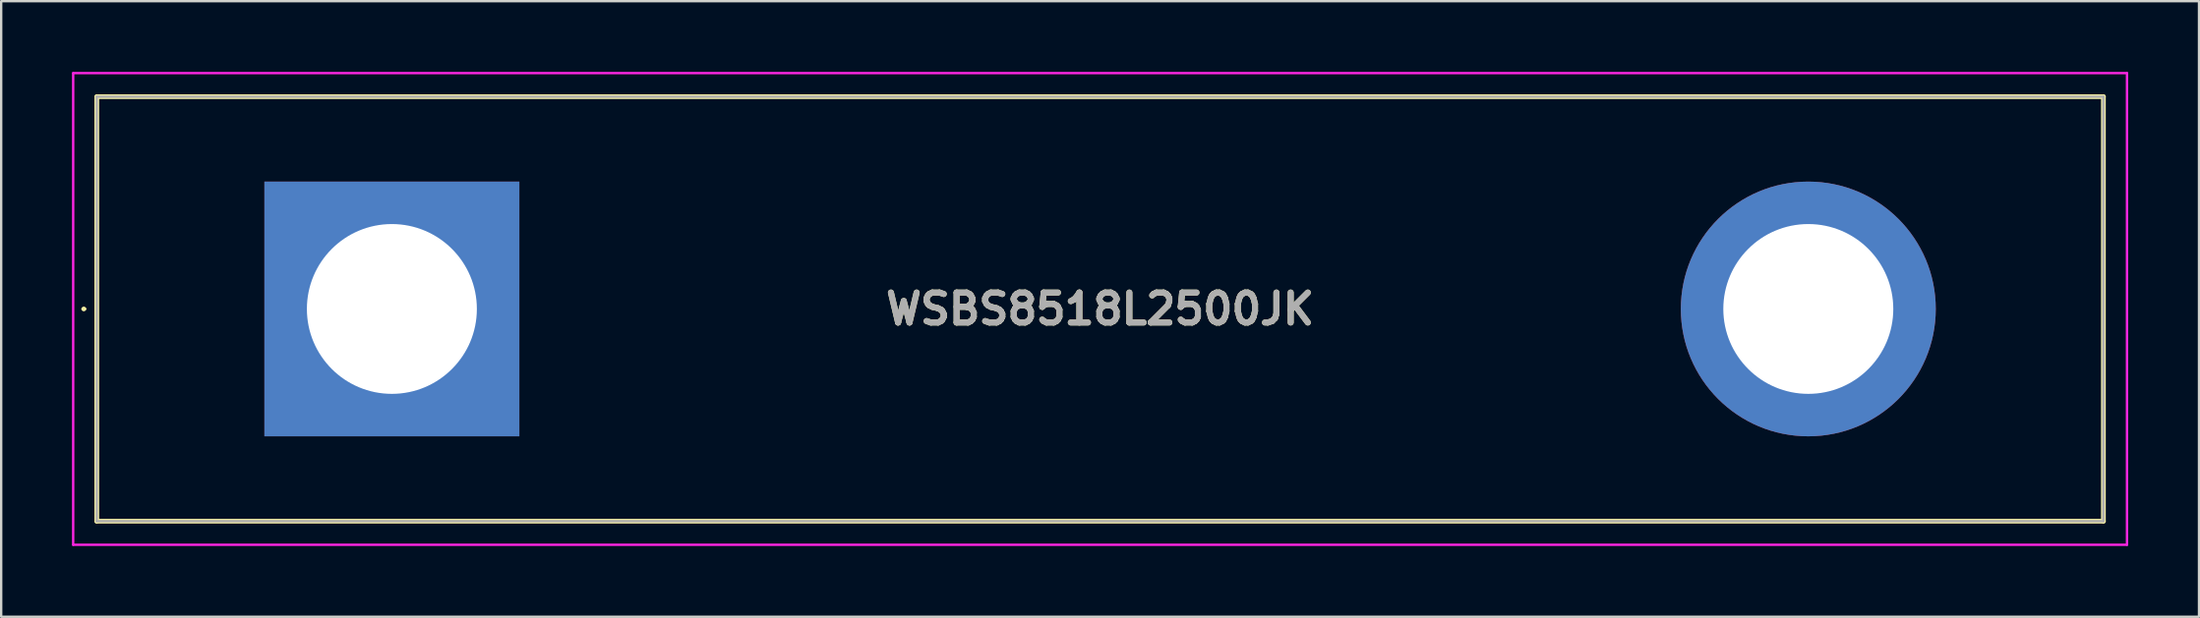
<source format=kicad_pcb>
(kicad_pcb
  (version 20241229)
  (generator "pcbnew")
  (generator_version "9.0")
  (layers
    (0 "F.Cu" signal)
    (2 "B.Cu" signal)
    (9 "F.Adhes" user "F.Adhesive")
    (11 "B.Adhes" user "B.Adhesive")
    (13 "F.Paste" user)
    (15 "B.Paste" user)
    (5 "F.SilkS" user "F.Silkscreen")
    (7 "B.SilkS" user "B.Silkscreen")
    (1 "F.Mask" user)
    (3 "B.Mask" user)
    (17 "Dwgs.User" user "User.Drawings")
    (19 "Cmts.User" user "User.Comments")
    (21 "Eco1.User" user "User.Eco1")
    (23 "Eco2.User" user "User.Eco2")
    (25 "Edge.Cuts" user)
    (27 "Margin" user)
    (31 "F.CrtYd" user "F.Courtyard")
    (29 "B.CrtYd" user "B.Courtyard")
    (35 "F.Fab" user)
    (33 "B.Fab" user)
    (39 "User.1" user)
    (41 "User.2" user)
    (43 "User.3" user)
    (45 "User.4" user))
  (footprint "WSBS8518L2500JK"
    (layer "F.Cu")
    (at 13.55 10.05)
    (property "Reference" "WSBS8518L2500JK" (at 30 0 0) (layer "F.SilkS") (effects (font (size 1.27 1.27) (thickness 0.254))))
    (attr through_hole)
    (fp_line (start -13.1 0) (end -13.1 0) (stroke (width 0.1) (type solid)) (layer "F.SilkS"))
    (fp_line (start -13 0) (end -13 0) (stroke (width 0.1) (type solid)) (layer "F.SilkS"))
    (fp_line (start -12.5 -9) (end 72.5 -9) (stroke (width 0.2) (type solid)) (layer "F.SilkS"))
    (fp_line (start -12.5 9) (end -12.5 -9) (stroke (width 0.2) (type solid)) (layer "F.SilkS"))
    (fp_line (start 72.5 -9) (end 72.5 9) (stroke (width 0.2) (type solid)) (layer "F.SilkS"))
    (fp_line (start 72.5 9) (end -12.5 9) (stroke (width 0.2) (type solid)) (layer "F.SilkS"))
    (fp_arc (start -13.1 0) (mid -13.05 -0.05) (end -13 0) (stroke (width 0.1) (type solid)) (layer "F.SilkS"))
    (fp_arc (start -13 0) (mid -13.05 0.05) (end -13.1 0) (stroke (width 0.1) (type solid)) (layer "F.SilkS"))
    (fp_line (start -13.5 -10) (end 73.5 -10) (stroke (width 0.1) (type solid)) (layer "F.CrtYd"))
    (fp_line (start -13.5 10) (end -13.5 -10) (stroke (width 0.1) (type solid)) (layer "F.CrtYd"))
    (fp_line (start 73.5 -10) (end 73.5 10) (stroke (width 0.1) (type solid)) (layer "F.CrtYd"))
    (fp_line (start 73.5 10) (end -13.5 10) (stroke (width 0.1) (type solid)) (layer "F.CrtYd"))
    (fp_line (start -12.5 -9) (end 72.5 -9) (stroke (width 0.1) (type solid)) (layer "F.Fab"))
    (fp_line (start -12.5 9) (end -12.5 -9) (stroke (width 0.1) (type solid)) (layer "F.Fab"))
    (fp_line (start 72.5 -9) (end 72.5 9) (stroke (width 0.1) (type solid)) (layer "F.Fab"))
    (fp_line (start 72.5 9) (end -12.5 9) (stroke (width 0.1) (type solid)) (layer "F.Fab"))
    (fp_text user "${REFERENCE}" (at 30 0 0) (layer "F.Fab") (effects (font (size 1.27 1.27) (thickness 0.254))))
    (pad "1" thru_hole rect (at 0 0) (size 10.8 10.8) (drill 7.2) (layers "*.Cu" "*.Mask"))
    (pad "2" thru_hole circle (at 60 0) (size 10.8 10.8) (drill 7.2) (layers "*.Cu" "*.Mask")))
  (gr_rect
    (start -3 -3)
    (end 90.1 23.1)
    (stroke (width 0.1) (type default))
    (fill no)
    (layer "Edge.Cuts")))
</source>
